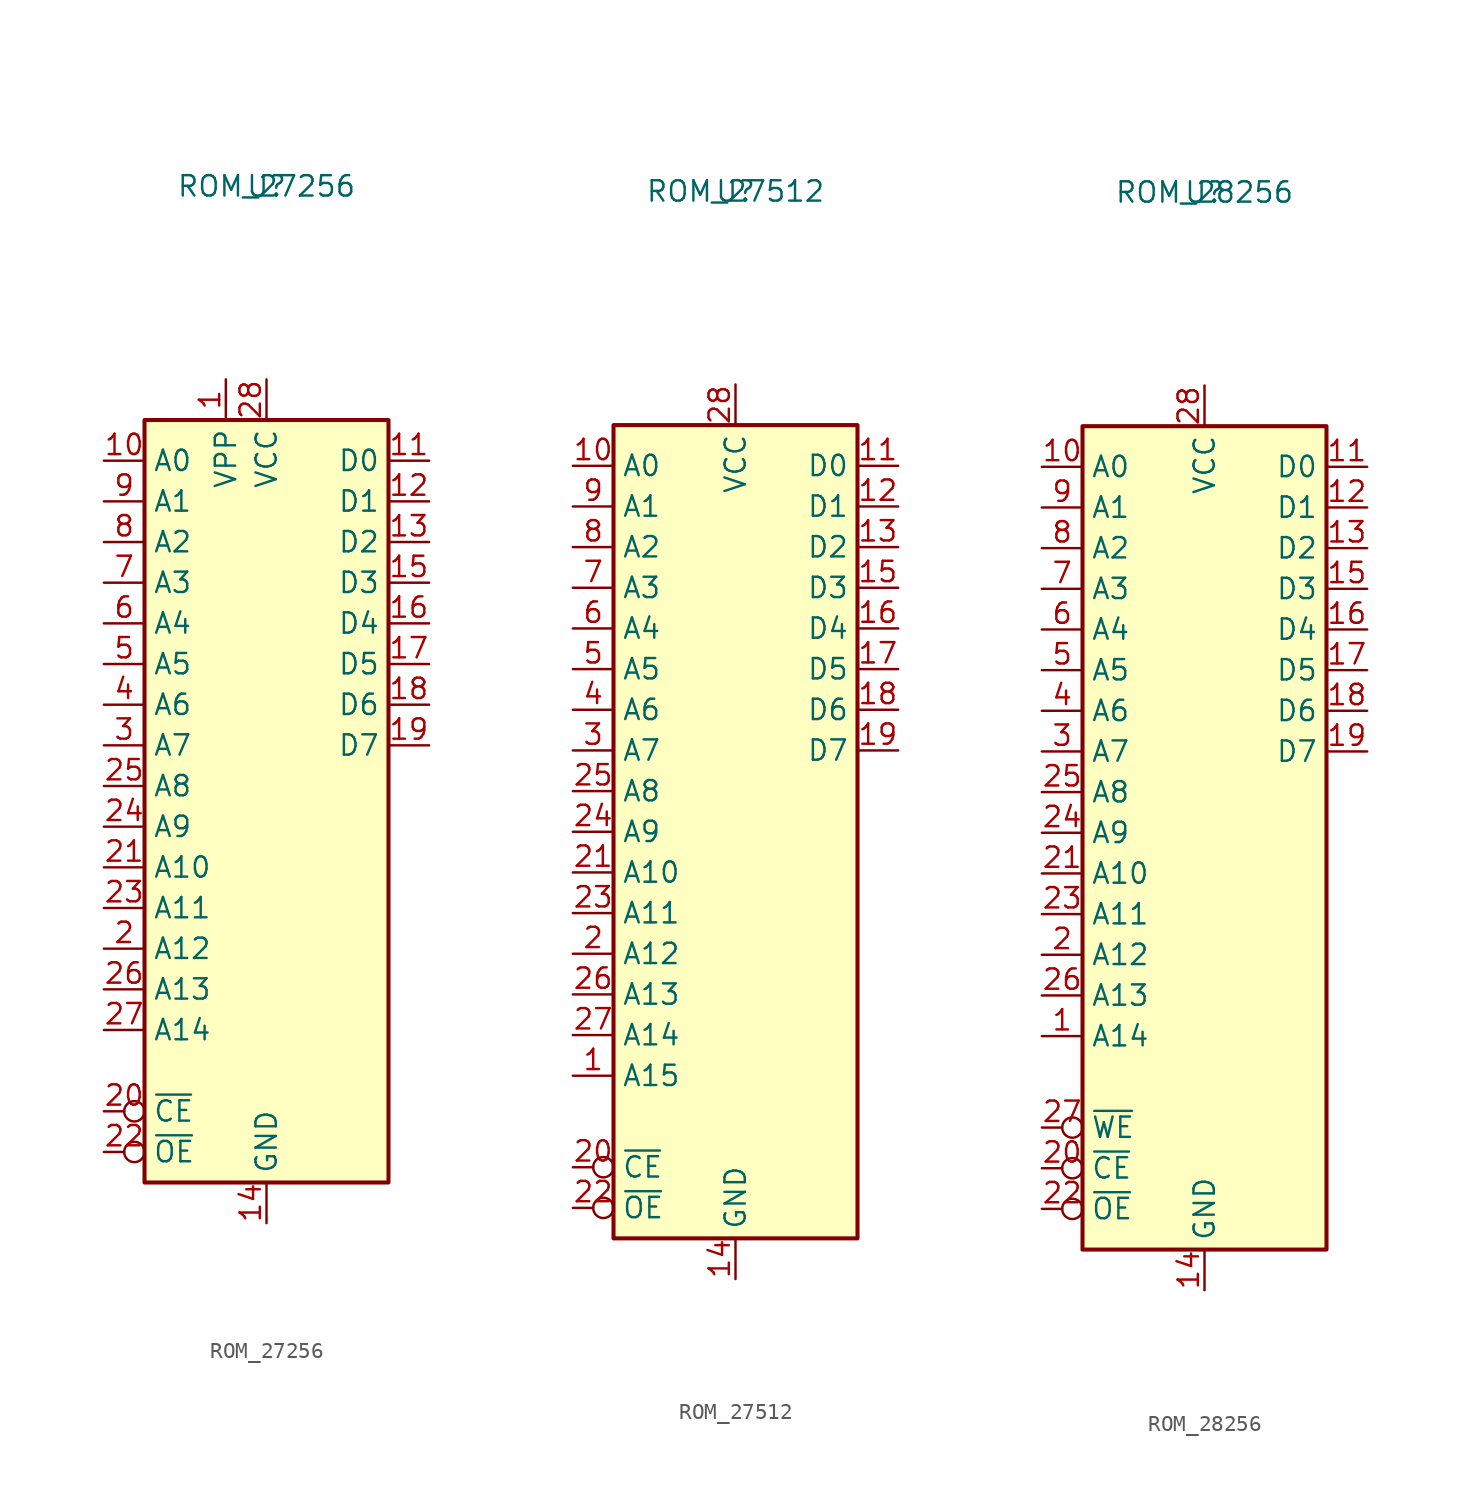
<source format=kicad_sym>
(kicad_symbol_lib
  (version 20241209)
  (generator "kicad_symbol_editor")
  (generator_version "9.0")
  (symbol "ROM_27256"
    (property "Reference" "U"
      (at 0 0 0)
      (effects (font (size 1.27 1.27))))
    (property "Value" "ROM_27256"
      (at 0 0 0)
      (effects (font (size 1.27 1.27))))
    (symbol "ROM_27256_1_1"
      (rectangle (start -7.62 -14.605) (end 7.62 -62.23) (stroke (width 0.254) (type default)) (fill (type background)))
      (pin input line (at -10.16 -17.145 0) (length 2.54) (name "A0" (effects (font (size 1.27 1.27)))) (number "10" (effects (font (size 1.27 1.27)))))
      (pin input line (at -10.16 -19.685 0) (length 2.54) (name "A1" (effects (font (size 1.27 1.27)))) (number "9" (effects (font (size 1.27 1.27)))))
      (pin input line (at -10.16 -22.225 0) (length 2.54) (name "A2" (effects (font (size 1.27 1.27)))) (number "8" (effects (font (size 1.27 1.27)))))
      (pin input line (at -10.16 -24.765 0) (length 2.54) (name "A3" (effects (font (size 1.27 1.27)))) (number "7" (effects (font (size 1.27 1.27)))))
      (pin input line (at -10.16 -27.305 0) (length 2.54) (name "A4" (effects (font (size 1.27 1.27)))) (number "6" (effects (font (size 1.27 1.27)))))
      (pin input line (at -10.16 -29.845 0) (length 2.54) (name "A5" (effects (font (size 1.27 1.27)))) (number "5" (effects (font (size 1.27 1.27)))))
      (pin input line (at -10.16 -32.385 0) (length 2.54) (name "A6" (effects (font (size 1.27 1.27)))) (number "4" (effects (font (size 1.27 1.27)))))
      (pin input line (at -10.16 -34.925 0) (length 2.54) (name "A7" (effects (font (size 1.27 1.27)))) (number "3" (effects (font (size 1.27 1.27)))))
      (pin input line (at -10.16 -37.465 0) (length 2.54) (name "A8" (effects (font (size 1.27 1.27)))) (number "25" (effects (font (size 1.27 1.27)))))
      (pin input line (at -10.16 -40.005 0) (length 2.54) (name "A9" (effects (font (size 1.27 1.27)))) (number "24" (effects (font (size 1.27 1.27)))))
      (pin input line (at -10.16 -42.545 0) (length 2.54) (name "A10" (effects (font (size 1.27 1.27)))) (number "21" (effects (font (size 1.27 1.27)))))
      (pin input line (at -10.16 -45.085 0) (length 2.54) (name "A11" (effects (font (size 1.27 1.27)))) (number "23" (effects (font (size 1.27 1.27)))))
      (pin input line (at -10.16 -47.625 0) (length 2.54) (name "A12" (effects (font (size 1.27 1.27)))) (number "2" (effects (font (size 1.27 1.27)))))
      (pin input line (at -10.16 -50.165 0) (length 2.54) (name "A13" (effects (font (size 1.27 1.27)))) (number "26" (effects (font (size 1.27 1.27)))))
      (pin input line (at -10.16 -52.705 0) (length 2.54) (name "A14" (effects (font (size 1.27 1.27)))) (number "27" (effects (font (size 1.27 1.27)))))
      (pin input inverted (at -10.16 -57.785 0) (length 2.54) (name "~{CE}" (effects (font (size 1.27 1.27)))) (number "20" (effects (font (size 1.27 1.27)))))
      (pin input inverted (at -10.16 -60.325 0) (length 2.54) (name "~{OE}" (effects (font (size 1.27 1.27)))) (number "22" (effects (font (size 1.27 1.27)))))
      (pin power_in line (at -2.54 -12.065 270) (length 2.54) (name "VPP" (effects (font (size 1.27 1.27)))) (number "1" (effects (font (size 1.27 1.27)))))
      (pin power_in line (at 0 -12.065 270) (length 2.54) (name "VCC" (effects (font (size 1.27 1.27)))) (number "28" (effects (font (size 1.27 1.27)))))
      (pin power_in line (at 0 -64.77 90) (length 2.54) (name "GND" (effects (font (size 1.27 1.27)))) (number "14" (effects (font (size 1.27 1.27)))))
      (pin tri_state line (at 10.16 -17.145 180) (length 2.54) (name "D0" (effects (font (size 1.27 1.27)))) (number "11" (effects (font (size 1.27 1.27)))))
      (pin tri_state line (at 10.16 -19.685 180) (length 2.54) (name "D1" (effects (font (size 1.27 1.27)))) (number "12" (effects (font (size 1.27 1.27)))))
      (pin tri_state line (at 10.16 -22.225 180) (length 2.54) (name "D2" (effects (font (size 1.27 1.27)))) (number "13" (effects (font (size 1.27 1.27)))))
      (pin tri_state line (at 10.16 -24.765 180) (length 2.54) (name "D3" (effects (font (size 1.27 1.27)))) (number "15" (effects (font (size 1.27 1.27)))))
      (pin tri_state line (at 10.16 -27.305 180) (length 2.54) (name "D4" (effects (font (size 1.27 1.27)))) (number "16" (effects (font (size 1.27 1.27)))))
      (pin tri_state line (at 10.16 -29.845 180) (length 2.54) (name "D5" (effects (font (size 1.27 1.27)))) (number "17" (effects (font (size 1.27 1.27)))))
      (pin tri_state line (at 10.16 -32.385 180) (length 2.54) (name "D6" (effects (font (size 1.27 1.27)))) (number "18" (effects (font (size 1.27 1.27)))))
      (pin tri_state line (at 10.16 -34.925 180) (length 2.54) (name "D7" (effects (font (size 1.27 1.27)))) (number "19" (effects (font (size 1.27 1.27)))))))
  (symbol "ROM_27512"
    (property "Reference" "U"
      (at 0 0 0)
      (effects (font (size 1.27 1.27))))
    (property "Value" "ROM_27512"
      (at 0 0 0)
      (effects (font (size 1.27 1.27))))
    (symbol "ROM_27512_1_1"
      (rectangle (start -7.62 -14.605) (end 7.62 -65.405) (stroke (width 0.254) (type default)) (fill (type background)))
      (pin input line (at -10.16 -17.145 0) (length 2.54) (name "A0" (effects (font (size 1.27 1.27)))) (number "10" (effects (font (size 1.27 1.27)))))
      (pin input line (at -10.16 -19.685 0) (length 2.54) (name "A1" (effects (font (size 1.27 1.27)))) (number "9" (effects (font (size 1.27 1.27)))))
      (pin input line (at -10.16 -22.225 0) (length 2.54) (name "A2" (effects (font (size 1.27 1.27)))) (number "8" (effects (font (size 1.27 1.27)))))
      (pin input line (at -10.16 -24.765 0) (length 2.54) (name "A3" (effects (font (size 1.27 1.27)))) (number "7" (effects (font (size 1.27 1.27)))))
      (pin input line (at -10.16 -27.305 0) (length 2.54) (name "A4" (effects (font (size 1.27 1.27)))) (number "6" (effects (font (size 1.27 1.27)))))
      (pin input line (at -10.16 -29.845 0) (length 2.54) (name "A5" (effects (font (size 1.27 1.27)))) (number "5" (effects (font (size 1.27 1.27)))))
      (pin input line (at -10.16 -32.385 0) (length 2.54) (name "A6" (effects (font (size 1.27 1.27)))) (number "4" (effects (font (size 1.27 1.27)))))
      (pin input line (at -10.16 -34.925 0) (length 2.54) (name "A7" (effects (font (size 1.27 1.27)))) (number "3" (effects (font (size 1.27 1.27)))))
      (pin input line (at -10.16 -37.465 0) (length 2.54) (name "A8" (effects (font (size 1.27 1.27)))) (number "25" (effects (font (size 1.27 1.27)))))
      (pin input line (at -10.16 -40.005 0) (length 2.54) (name "A9" (effects (font (size 1.27 1.27)))) (number "24" (effects (font (size 1.27 1.27)))))
      (pin input line (at -10.16 -42.545 0) (length 2.54) (name "A10" (effects (font (size 1.27 1.27)))) (number "21" (effects (font (size 1.27 1.27)))))
      (pin input line (at -10.16 -45.085 0) (length 2.54) (name "A11" (effects (font (size 1.27 1.27)))) (number "23" (effects (font (size 1.27 1.27)))))
      (pin input line (at -10.16 -47.625 0) (length 2.54) (name "A12" (effects (font (size 1.27 1.27)))) (number "2" (effects (font (size 1.27 1.27)))))
      (pin input line (at -10.16 -50.165 0) (length 2.54) (name "A13" (effects (font (size 1.27 1.27)))) (number "26" (effects (font (size 1.27 1.27)))))
      (pin input line (at -10.16 -52.705 0) (length 2.54) (name "A14" (effects (font (size 1.27 1.27)))) (number "27" (effects (font (size 1.27 1.27)))))
      (pin input line (at -10.16 -55.245 0) (length 2.54) (name "A15" (effects (font (size 1.27 1.27)))) (number "1" (effects (font (size 1.27 1.27)))))
      (pin input inverted (at -10.16 -60.96 0) (length 2.54) (name "~{CE}" (effects (font (size 1.27 1.27)))) (number "20" (effects (font (size 1.27 1.27)))))
      (pin input inverted (at -10.16 -63.5 0) (length 2.54) (name "~{OE}" (effects (font (size 1.27 1.27)))) (number "22" (effects (font (size 1.27 1.27)))))
      (pin power_in line (at 0 -12.065 270) (length 2.54) (name "VCC" (effects (font (size 1.27 1.27)))) (number "28" (effects (font (size 1.27 1.27)))))
      (pin power_in line (at 0 -67.945 90) (length 2.54) (name "GND" (effects (font (size 1.27 1.27)))) (number "14" (effects (font (size 1.27 1.27)))))
      (pin tri_state line (at 10.16 -17.145 180) (length 2.54) (name "D0" (effects (font (size 1.27 1.27)))) (number "11" (effects (font (size 1.27 1.27)))))
      (pin tri_state line (at 10.16 -19.685 180) (length 2.54) (name "D1" (effects (font (size 1.27 1.27)))) (number "12" (effects (font (size 1.27 1.27)))))
      (pin tri_state line (at 10.16 -22.225 180) (length 2.54) (name "D2" (effects (font (size 1.27 1.27)))) (number "13" (effects (font (size 1.27 1.27)))))
      (pin tri_state line (at 10.16 -24.765 180) (length 2.54) (name "D3" (effects (font (size 1.27 1.27)))) (number "15" (effects (font (size 1.27 1.27)))))
      (pin tri_state line (at 10.16 -27.305 180) (length 2.54) (name "D4" (effects (font (size 1.27 1.27)))) (number "16" (effects (font (size 1.27 1.27)))))
      (pin tri_state line (at 10.16 -29.845 180) (length 2.54) (name "D5" (effects (font (size 1.27 1.27)))) (number "17" (effects (font (size 1.27 1.27)))))
      (pin tri_state line (at 10.16 -32.385 180) (length 2.54) (name "D6" (effects (font (size 1.27 1.27)))) (number "18" (effects (font (size 1.27 1.27)))))
      (pin tri_state line (at 10.16 -34.925 180) (length 2.54) (name "D7" (effects (font (size 1.27 1.27)))) (number "19" (effects (font (size 1.27 1.27)))))))
  (symbol "ROM_28256"
    (property "Reference" "U"
      (at 0 0 0)
      (effects (font (size 1.27 1.27))))
    (property "Value" "ROM_28256"
      (at 0 0 0)
      (effects (font (size 1.27 1.27))))
    (symbol "ROM_28256_1_1"
      (rectangle (start -7.62 -14.605) (end 7.62 -66.04) (stroke (width 0.254) (type default)) (fill (type background)))
      (pin input line (at -10.16 -17.145 0) (length 2.54) (name "A0" (effects (font (size 1.27 1.27)))) (number "10" (effects (font (size 1.27 1.27)))))
      (pin input line (at -10.16 -19.685 0) (length 2.54) (name "A1" (effects (font (size 1.27 1.27)))) (number "9" (effects (font (size 1.27 1.27)))))
      (pin input line (at -10.16 -22.225 0) (length 2.54) (name "A2" (effects (font (size 1.27 1.27)))) (number "8" (effects (font (size 1.27 1.27)))))
      (pin input line (at -10.16 -24.765 0) (length 2.54) (name "A3" (effects (font (size 1.27 1.27)))) (number "7" (effects (font (size 1.27 1.27)))))
      (pin input line (at -10.16 -27.305 0) (length 2.54) (name "A4" (effects (font (size 1.27 1.27)))) (number "6" (effects (font (size 1.27 1.27)))))
      (pin input line (at -10.16 -29.845 0) (length 2.54) (name "A5" (effects (font (size 1.27 1.27)))) (number "5" (effects (font (size 1.27 1.27)))))
      (pin input line (at -10.16 -32.385 0) (length 2.54) (name "A6" (effects (font (size 1.27 1.27)))) (number "4" (effects (font (size 1.27 1.27)))))
      (pin input line (at -10.16 -34.925 0) (length 2.54) (name "A7" (effects (font (size 1.27 1.27)))) (number "3" (effects (font (size 1.27 1.27)))))
      (pin input line (at -10.16 -37.465 0) (length 2.54) (name "A8" (effects (font (size 1.27 1.27)))) (number "25" (effects (font (size 1.27 1.27)))))
      (pin input line (at -10.16 -40.005 0) (length 2.54) (name "A9" (effects (font (size 1.27 1.27)))) (number "24" (effects (font (size 1.27 1.27)))))
      (pin input line (at -10.16 -42.545 0) (length 2.54) (name "A10" (effects (font (size 1.27 1.27)))) (number "21" (effects (font (size 1.27 1.27)))))
      (pin input line (at -10.16 -45.085 0) (length 2.54) (name "A11" (effects (font (size 1.27 1.27)))) (number "23" (effects (font (size 1.27 1.27)))))
      (pin input line (at -10.16 -47.625 0) (length 2.54) (name "A12" (effects (font (size 1.27 1.27)))) (number "2" (effects (font (size 1.27 1.27)))))
      (pin input line (at -10.16 -50.165 0) (length 2.54) (name "A13" (effects (font (size 1.27 1.27)))) (number "26" (effects (font (size 1.27 1.27)))))
      (pin input line (at -10.16 -52.705 0) (length 2.54) (name "A14" (effects (font (size 1.27 1.27)))) (number "1" (effects (font (size 1.27 1.27)))))
      (pin input inverted (at -10.16 -58.42 0) (length 2.54) (name "~{WE}" (effects (font (size 1.27 1.27)))) (number "27" (effects (font (size 1.27 1.27)))))
      (pin input inverted (at -10.16 -60.96 0) (length 2.54) (name "~{CE}" (effects (font (size 1.27 1.27)))) (number "20" (effects (font (size 1.27 1.27)))))
      (pin input inverted (at -10.16 -63.5 0) (length 2.54) (name "~{OE}" (effects (font (size 1.27 1.27)))) (number "22" (effects (font (size 1.27 1.27)))))
      (pin power_in line (at 0 -12.065 270) (length 2.54) (name "VCC" (effects (font (size 1.27 1.27)))) (number "28" (effects (font (size 1.27 1.27)))))
      (pin power_in line (at 0 -68.58 90) (length 2.54) (name "GND" (effects (font (size 1.27 1.27)))) (number "14" (effects (font (size 1.27 1.27)))))
      (pin tri_state line (at 10.16 -17.145 180) (length 2.54) (name "D0" (effects (font (size 1.27 1.27)))) (number "11" (effects (font (size 1.27 1.27)))))
      (pin tri_state line (at 10.16 -19.685 180) (length 2.54) (name "D1" (effects (font (size 1.27 1.27)))) (number "12" (effects (font (size 1.27 1.27)))))
      (pin tri_state line (at 10.16 -22.225 180) (length 2.54) (name "D2" (effects (font (size 1.27 1.27)))) (number "13" (effects (font (size 1.27 1.27)))))
      (pin tri_state line (at 10.16 -24.765 180) (length 2.54) (name "D3" (effects (font (size 1.27 1.27)))) (number "15" (effects (font (size 1.27 1.27)))))
      (pin tri_state line (at 10.16 -27.305 180) (length 2.54) (name "D4" (effects (font (size 1.27 1.27)))) (number "16" (effects (font (size 1.27 1.27)))))
      (pin tri_state line (at 10.16 -29.845 180) (length 2.54) (name "D5" (effects (font (size 1.27 1.27)))) (number "17" (effects (font (size 1.27 1.27)))))
      (pin tri_state line (at 10.16 -32.385 180) (length 2.54) (name "D6" (effects (font (size 1.27 1.27)))) (number "18" (effects (font (size 1.27 1.27)))))
      (pin tri_state line (at 10.16 -34.925 180) (length 2.54) (name "D7" (effects (font (size 1.27 1.27)))) (number "19" (effects (font (size 1.27 1.27))))))))
</source>
